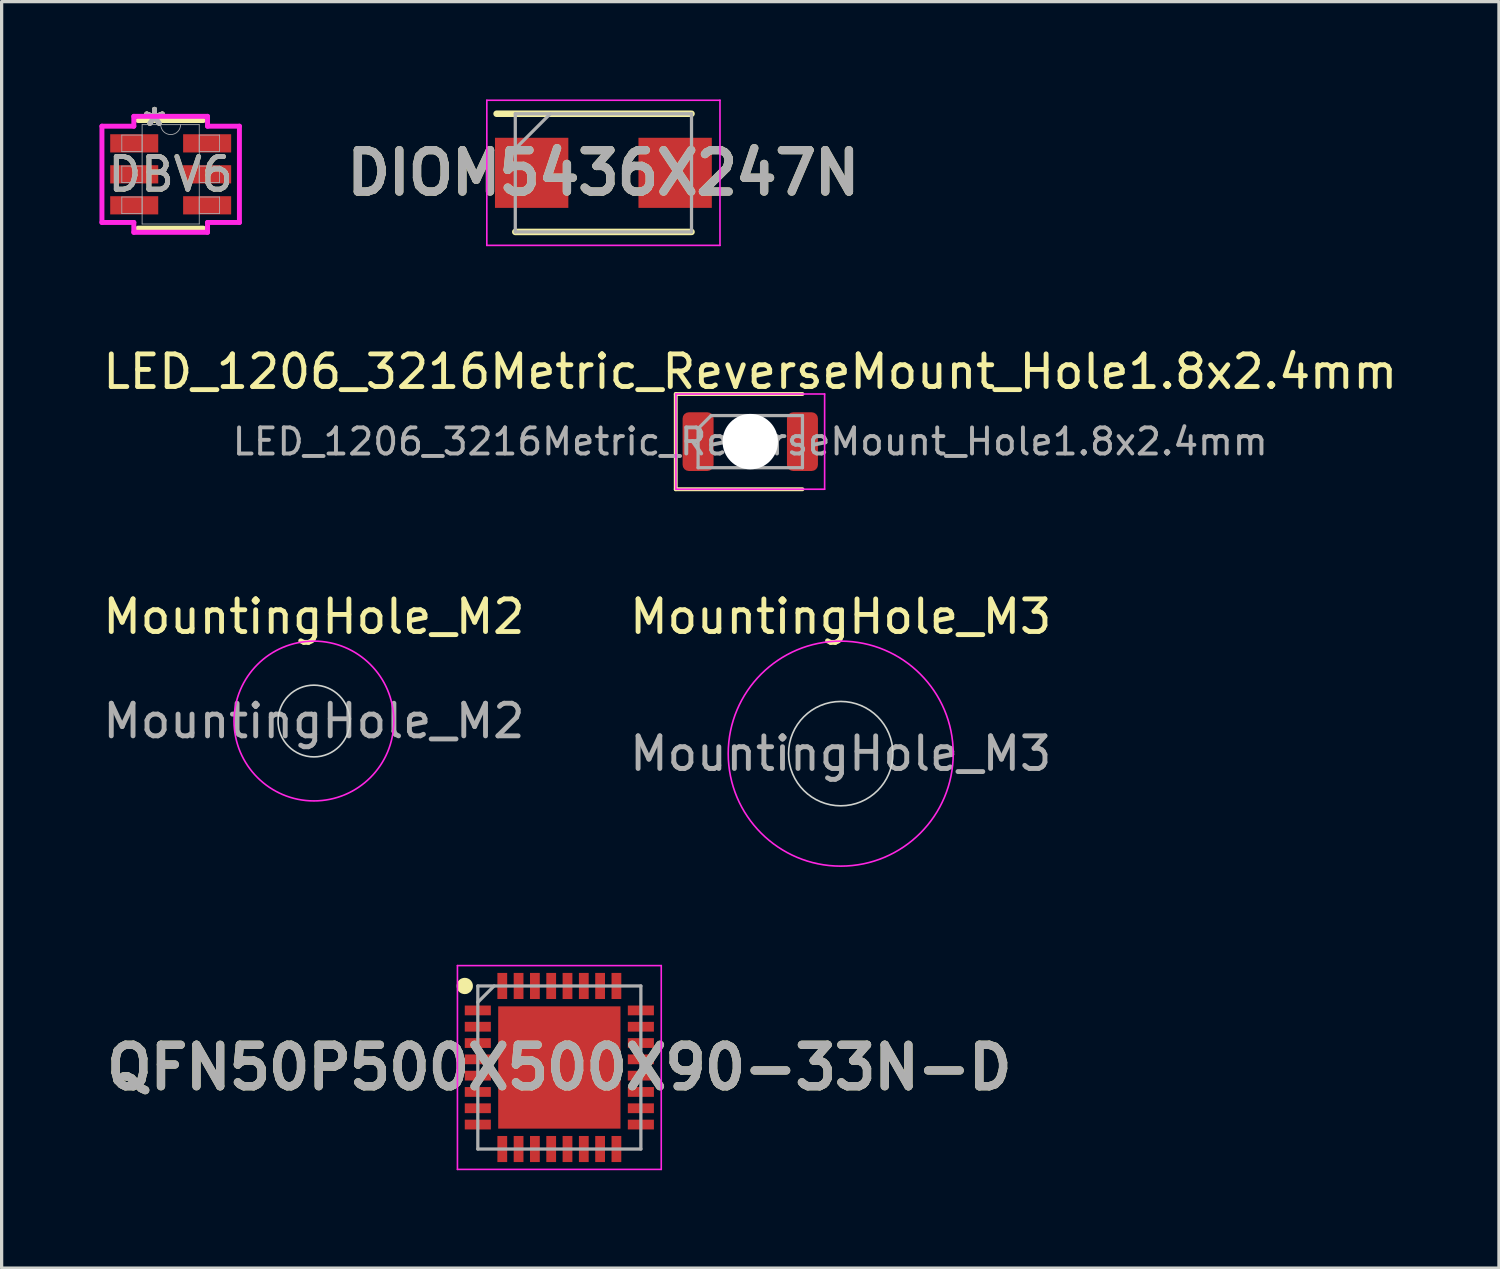
<source format=kicad_pcb>
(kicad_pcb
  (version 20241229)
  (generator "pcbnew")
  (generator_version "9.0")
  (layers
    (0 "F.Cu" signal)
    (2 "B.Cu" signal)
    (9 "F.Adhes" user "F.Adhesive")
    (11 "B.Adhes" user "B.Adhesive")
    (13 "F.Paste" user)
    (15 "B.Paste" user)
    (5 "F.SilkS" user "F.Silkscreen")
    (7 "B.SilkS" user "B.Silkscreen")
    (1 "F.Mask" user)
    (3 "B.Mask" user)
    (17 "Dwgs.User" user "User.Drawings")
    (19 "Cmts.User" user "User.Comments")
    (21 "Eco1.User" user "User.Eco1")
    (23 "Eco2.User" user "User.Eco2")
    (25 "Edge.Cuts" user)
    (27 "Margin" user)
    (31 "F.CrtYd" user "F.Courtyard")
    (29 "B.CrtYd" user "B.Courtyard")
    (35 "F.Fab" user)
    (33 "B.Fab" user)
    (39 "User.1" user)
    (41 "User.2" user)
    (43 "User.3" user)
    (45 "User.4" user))
  (footprint "MountingHole_M3"
    (layer "F.Cu")
    (at 22.732 20.061)
    (property "Reference" "MountingHole_M3" (at 0 -4.2 0) (layer "F.SilkS") (effects (font (size 1 1) (thickness 0.15))))
    (attr exclude_from_pos_files exclude_from_bom)
    (fp_circle (center 0 0) (end 1.6 0) (stroke (width 0.05) (type default)) (fill no) (layer "Edge.Cuts"))
    (fp_circle (center 0 0) (end 3.45 0) (stroke (width 0.05) (type solid)) (fill no) (layer "F.CrtYd"))
    (fp_text user "${REFERENCE}" (at 0 0 0) (layer "F.Fab") (effects (font (size 1 1) (thickness 0.15)))))
  (footprint "LED_1206_3216Metric_ReverseMount_Hole1.8x2.4mm"
    (layer "F.Cu")
    (at 19.958 10.493)
    (property "Reference" "LED_1206_3216Metric_ReverseMount_Hole1.8x2.4mm" (at 0 -2.145 0) (layer "F.SilkS") (effects (font (size 1 1) (thickness 0.15))))
    (attr smd)
    (fp_line (start -2.285 -1.46) (end -2.285 1.46) (stroke (width 0.12) (type solid)) (layer "F.SilkS"))
    (fp_line (start -2.285 1.46) (end 1.6 1.46) (stroke (width 0.12) (type solid)) (layer "F.SilkS"))
    (fp_line (start 1.6 -1.46) (end -2.285 -1.46) (stroke (width 0.12) (type solid)) (layer "F.SilkS"))
    (fp_line (start -2.28 -1.46) (end 2.28 -1.46) (stroke (width 0.05) (type solid)) (layer "F.CrtYd"))
    (fp_line (start -2.28 1.46) (end -2.28 -1.46) (stroke (width 0.05) (type solid)) (layer "F.CrtYd"))
    (fp_line (start 2.28 -1.46) (end 2.28 1.46) (stroke (width 0.05) (type solid)) (layer "F.CrtYd"))
    (fp_line (start 2.28 1.46) (end -2.28 1.46) (stroke (width 0.05) (type solid)) (layer "F.CrtYd"))
    (fp_line (start -1.6 -0.4) (end -1.6 0.8) (stroke (width 0.1) (type solid)) (layer "F.Fab"))
    (fp_line (start -1.6 0.8) (end 1.6 0.8) (stroke (width 0.1) (type solid)) (layer "F.Fab"))
    (fp_line (start -1.2 -0.8) (end -1.6 -0.4) (stroke (width 0.1) (type solid)) (layer "F.Fab"))
    (fp_line (start 1.6 -0.8) (end -1.2 -0.8) (stroke (width 0.1) (type solid)) (layer "F.Fab"))
    (fp_line (start 1.6 0.8) (end 1.6 -0.8) (stroke (width 0.1) (type solid)) (layer "F.Fab"))
    (fp_text user "${REFERENCE}" (at 0 0 0) (layer "F.Fab") (effects (font (size 0.8 0.8) (thickness 0.12))))
    (pad "" np_thru_hole oval (at 0 0) (size 1.7 1.7) (drill oval 1.7) (layers "*.Cu" "*.Mask"))
    (pad "1" smd roundrect (at -1.6 0) (size 0.95 1.8) (layers "F.Cu" "F.Mask" "F.Paste") (roundrect_rratio 0.2))
    (pad "2" smd roundrect (at 1.6 0) (size 0.95 1.8) (layers "F.Cu" "F.Mask" "F.Paste") (roundrect_rratio 0.2)))
  (footprint "QFN50P500X500X90-33N-D"
    (layer "F.Cu")
    (at 14.103 29.686)
    (property "Reference" "QFN50P500X500X90-33N-D" (at 0 0 0) (layer "F.SilkS") (effects (font (size 1.27 1.27) (thickness 0.254))))
    (attr smd)
    (fp_circle (center -2.9 -2.5) (end -2.9 -2.375) (stroke (width 0.25) (type solid)) (fill no) (layer "F.SilkS"))
    (fp_line (start -3.125 -3.125) (end 3.125 -3.125) (stroke (width 0.05) (type solid)) (layer "F.CrtYd"))
    (fp_line (start -3.125 3.125) (end -3.125 -3.125) (stroke (width 0.05) (type solid)) (layer "F.CrtYd"))
    (fp_line (start 3.125 -3.125) (end 3.125 3.125) (stroke (width 0.05) (type solid)) (layer "F.CrtYd"))
    (fp_line (start 3.125 3.125) (end -3.125 3.125) (stroke (width 0.05) (type solid)) (layer "F.CrtYd"))
    (fp_line (start -2.5 -2.5) (end 2.5 -2.5) (stroke (width 0.1) (type solid)) (layer "F.Fab"))
    (fp_line (start -2.5 -2) (end -2 -2.5) (stroke (width 0.1) (type solid)) (layer "F.Fab"))
    (fp_line (start -2.5 2.5) (end -2.5 -2.5) (stroke (width 0.1) (type solid)) (layer "F.Fab"))
    (fp_line (start 2.5 -2.5) (end 2.5 2.5) (stroke (width 0.1) (type solid)) (layer "F.Fab"))
    (fp_line (start 2.5 2.5) (end -2.5 2.5) (stroke (width 0.1) (type solid)) (layer "F.Fab"))
    (fp_text user "${REFERENCE}" (at 0 0 0) (layer "F.Fab") (effects (font (size 1.27 1.27) (thickness 0.254))))
    (pad "1" smd rect (at -2.5 -1.75 90) (size 0.3 0.8) (layers "F.Cu" "F.Mask" "F.Paste"))
    (pad "2" smd rect (at -2.5 -1.25 90) (size 0.3 0.8) (layers "F.Cu" "F.Mask" "F.Paste"))
    (pad "3" smd rect (at -2.5 -0.75 90) (size 0.3 0.8) (layers "F.Cu" "F.Mask" "F.Paste"))
    (pad "4" smd rect (at -2.5 -0.25 90) (size 0.3 0.8) (layers "F.Cu" "F.Mask" "F.Paste"))
    (pad "5" smd rect (at -2.5 0.25 90) (size 0.3 0.8) (layers "F.Cu" "F.Mask" "F.Paste"))
    (pad "6" smd rect (at -2.5 0.75 90) (size 0.3 0.8) (layers "F.Cu" "F.Mask" "F.Paste"))
    (pad "7" smd rect (at -2.5 1.25 90) (size 0.3 0.8) (layers "F.Cu" "F.Mask" "F.Paste"))
    (pad "8" smd rect (at -2.5 1.75 90) (size 0.3 0.8) (layers "F.Cu" "F.Mask" "F.Paste"))
    (pad "9" smd rect (at -1.75 2.5) (size 0.3 0.8) (layers "F.Cu" "F.Mask" "F.Paste"))
    (pad "10" smd rect (at -1.25 2.5) (size 0.3 0.8) (layers "F.Cu" "F.Mask" "F.Paste"))
    (pad "11" smd rect (at -0.75 2.5) (size 0.3 0.8) (layers "F.Cu" "F.Mask" "F.Paste"))
    (pad "12" smd rect (at -0.25 2.5) (size 0.3 0.8) (layers "F.Cu" "F.Mask" "F.Paste"))
    (pad "13" smd rect (at 0.25 2.5) (size 0.3 0.8) (layers "F.Cu" "F.Mask" "F.Paste"))
    (pad "14" smd rect (at 0.75 2.5) (size 0.3 0.8) (layers "F.Cu" "F.Mask" "F.Paste"))
    (pad "15" smd rect (at 1.25 2.5) (size 0.3 0.8) (layers "F.Cu" "F.Mask" "F.Paste"))
    (pad "16" smd rect (at 1.75 2.5) (size 0.3 0.8) (layers "F.Cu" "F.Mask" "F.Paste"))
    (pad "17" smd rect (at 2.5 1.75 90) (size 0.3 0.8) (layers "F.Cu" "F.Mask" "F.Paste"))
    (pad "18" smd rect (at 2.5 1.25 90) (size 0.3 0.8) (layers "F.Cu" "F.Mask" "F.Paste"))
    (pad "19" smd rect (at 2.5 0.75 90) (size 0.3 0.8) (layers "F.Cu" "F.Mask" "F.Paste"))
    (pad "20" smd rect (at 2.5 0.25 90) (size 0.3 0.8) (layers "F.Cu" "F.Mask" "F.Paste"))
    (pad "21" smd rect (at 2.5 -0.25 90) (size 0.3 0.8) (layers "F.Cu" "F.Mask" "F.Paste"))
    (pad "22" smd rect (at 2.5 -0.75 90) (size 0.3 0.8) (layers "F.Cu" "F.Mask" "F.Paste"))
    (pad "23" smd rect (at 2.5 -1.25 90) (size 0.3 0.8) (layers "F.Cu" "F.Mask" "F.Paste"))
    (pad "24" smd rect (at 2.5 -1.75 90) (size 0.3 0.8) (layers "F.Cu" "F.Mask" "F.Paste"))
    (pad "25" smd rect (at 1.75 -2.5) (size 0.3 0.8) (layers "F.Cu" "F.Mask" "F.Paste"))
    (pad "26" smd rect (at 1.25 -2.5) (size 0.3 0.8) (layers "F.Cu" "F.Mask" "F.Paste"))
    (pad "27" smd rect (at 0.75 -2.5) (size 0.3 0.8) (layers "F.Cu" "F.Mask" "F.Paste"))
    (pad "28" smd rect (at 0.25 -2.5) (size 0.3 0.8) (layers "F.Cu" "F.Mask" "F.Paste"))
    (pad "29" smd rect (at -0.25 -2.5) (size 0.3 0.8) (layers "F.Cu" "F.Mask" "F.Paste"))
    (pad "30" smd rect (at -0.75 -2.5) (size 0.3 0.8) (layers "F.Cu" "F.Mask" "F.Paste"))
    (pad "31" smd rect (at -1.25 -2.5) (size 0.3 0.8) (layers "F.Cu" "F.Mask" "F.Paste"))
    (pad "32" smd rect (at -1.75 -2.5) (size 0.3 0.8) (layers "F.Cu" "F.Mask" "F.Paste"))
    (pad "33" smd rect (at 0 0) (size 3.75 3.75) (layers "F.Cu" "F.Mask" "F.Paste")))
  (footprint "MountingHole_M2"
    (layer "F.Cu")
    (at 6.577 19.061)
    (property "Reference" "MountingHole_M2" (at 0 -3.2 0) (layer "F.SilkS") (effects (font (size 1 1) (thickness 0.15))))
    (attr exclude_from_pos_files exclude_from_bom)
    (fp_circle (center 0 0) (end 1.1 0) (stroke (width 0.05) (type default)) (fill no) (layer "Edge.Cuts"))
    (fp_circle (center 0 0) (end 2.45 0) (stroke (width 0.05) (type solid)) (fill no) (layer "F.CrtYd"))
    (fp_text user "${REFERENCE}" (at 0 0 0) (layer "F.Fab") (effects (font (size 1 1) (thickness 0.15)))))
  (footprint "DIOM5436X247N"
    (layer "F.Cu")
    (at 15.454 2.25)
    (property "Reference" "DIOM5436X247N" (at 0 0 0) (layer "F.SilkS") (effects (font (size 1.27 1.27) (thickness 0.254))))
    (attr smd)
    (fp_line (start -2.702 1.812) (end 2.702 1.812) (stroke (width 0.2) (type solid)) (layer "F.SilkS"))
    (fp_line (start 2.702 -1.812) (end -3.275 -1.812) (stroke (width 0.2) (type solid)) (layer "F.SilkS"))
    (fp_line (start -3.575 -2.225) (end 3.575 -2.225) (stroke (width 0.05) (type solid)) (layer "F.CrtYd"))
    (fp_line (start -3.575 2.225) (end -3.575 -2.225) (stroke (width 0.05) (type solid)) (layer "F.CrtYd"))
    (fp_line (start 3.575 -2.225) (end 3.575 2.225) (stroke (width 0.05) (type solid)) (layer "F.CrtYd"))
    (fp_line (start 3.575 2.225) (end -3.575 2.225) (stroke (width 0.05) (type solid)) (layer "F.CrtYd"))
    (fp_line (start -2.702 -1.812) (end 2.702 -1.812) (stroke (width 0.1) (type solid)) (layer "F.Fab"))
    (fp_line (start -2.702 -0.738) (end -1.628 -1.812) (stroke (width 0.1) (type solid)) (layer "F.Fab"))
    (fp_line (start -2.702 1.812) (end -2.702 -1.812) (stroke (width 0.1) (type solid)) (layer "F.Fab"))
    (fp_line (start 2.702 -1.812) (end 2.702 1.812) (stroke (width 0.1) (type solid)) (layer "F.Fab"))
    (fp_line (start 2.702 1.812) (end -2.702 1.812) (stroke (width 0.1) (type solid)) (layer "F.Fab"))
    (fp_text user "${REFERENCE}" (at 0 0 0) (layer "F.Fab") (effects (font (size 1.27 1.27) (thickness 0.254))))
    (pad "1" smd rect (at -2.2 0 90) (size 2.15 2.25) (layers "F.Cu" "F.Mask" "F.Paste"))
    (pad "2" smd rect (at 2.2 0 90) (size 2.15 2.25) (layers "F.Cu" "F.Mask" "F.Paste")))
  (footprint "DBV6"
    (layer "F.Cu")
    (at 2.184 2.296)
    (property "Reference" "DBV6" (at 0 0 0) (unlocked yes) (layer "F.SilkS") (effects (font (size 1 1) (thickness 0.15))))
    (attr smd)
    (fp_line (start -1.003 1.651) (end 1.003 1.651) (stroke (width 0.152) (type solid)) (layer "F.SilkS"))
    (fp_line (start 1.003 -1.651) (end -1.003 -1.651) (stroke (width 0.152) (type solid)) (layer "F.SilkS"))
    (fp_line (start -2.108 -1.476) (end -1.13 -1.476) (stroke (width 0.152) (type solid)) (layer "F.CrtYd"))
    (fp_line (start -2.108 1.476) (end -2.108 -1.476) (stroke (width 0.152) (type solid)) (layer "F.CrtYd"))
    (fp_line (start -2.108 1.476) (end -1.13 1.476) (stroke (width 0.152) (type solid)) (layer "F.CrtYd"))
    (fp_line (start -1.13 -1.778) (end 1.13 -1.778) (stroke (width 0.152) (type solid)) (layer "F.CrtYd"))
    (fp_line (start -1.13 -1.476) (end -1.13 -1.778) (stroke (width 0.152) (type solid)) (layer "F.CrtYd"))
    (fp_line (start -1.13 1.778) (end -1.13 1.476) (stroke (width 0.152) (type solid)) (layer "F.CrtYd"))
    (fp_line (start 1.13 -1.778) (end 1.13 -1.476) (stroke (width 0.152) (type solid)) (layer "F.CrtYd"))
    (fp_line (start 1.13 1.476) (end 1.13 1.778) (stroke (width 0.152) (type solid)) (layer "F.CrtYd"))
    (fp_line (start 1.13 1.778) (end -1.13 1.778) (stroke (width 0.152) (type solid)) (layer "F.CrtYd"))
    (fp_line (start 2.108 -1.476) (end 1.13 -1.476) (stroke (width 0.152) (type solid)) (layer "F.CrtYd"))
    (fp_line (start 2.108 -1.476) (end 2.108 1.476) (stroke (width 0.152) (type solid)) (layer "F.CrtYd"))
    (fp_line (start 2.108 1.476) (end 1.13 1.476) (stroke (width 0.152) (type solid)) (layer "F.CrtYd"))
    (fp_line (start -1.499 -1.204) (end -1.499 -0.696) (stroke (width 0.025) (type solid)) (layer "F.Fab"))
    (fp_line (start -1.499 -0.696) (end -0.876 -0.696) (stroke (width 0.025) (type solid)) (layer "F.Fab"))
    (fp_line (start -1.499 -0.254) (end -1.499 0.254) (stroke (width 0.025) (type solid)) (layer "F.Fab"))
    (fp_line (start -1.499 0.254) (end -0.876 0.254) (stroke (width 0.025) (type solid)) (layer "F.Fab"))
    (fp_line (start -1.499 0.696) (end -1.499 1.204) (stroke (width 0.025) (type solid)) (layer "F.Fab"))
    (fp_line (start -1.499 1.204) (end -0.876 1.204) (stroke (width 0.025) (type solid)) (layer "F.Fab"))
    (fp_line (start -0.876 -1.524) (end -0.876 1.524) (stroke (width 0.025) (type solid)) (layer "F.Fab"))
    (fp_line (start -0.876 -1.204) (end -1.499 -1.204) (stroke (width 0.025) (type solid)) (layer "F.Fab"))
    (fp_line (start -0.876 -0.696) (end -0.876 -1.204) (stroke (width 0.025) (type solid)) (layer "F.Fab"))
    (fp_line (start -0.876 -0.254) (end -1.499 -0.254) (stroke (width 0.025) (type solid)) (layer "F.Fab"))
    (fp_line (start -0.876 0.254) (end -0.876 -0.254) (stroke (width 0.025) (type solid)) (layer "F.Fab"))
    (fp_line (start -0.876 0.696) (end -1.499 0.696) (stroke (width 0.025) (type solid)) (layer "F.Fab"))
    (fp_line (start -0.876 1.204) (end -0.876 0.696) (stroke (width 0.025) (type solid)) (layer "F.Fab"))
    (fp_line (start -0.876 1.524) (end 0.876 1.524) (stroke (width 0.025) (type solid)) (layer "F.Fab"))
    (fp_line (start 0.876 -1.524) (end -0.876 -1.524) (stroke (width 0.025) (type solid)) (layer "F.Fab"))
    (fp_line (start 0.876 -1.204) (end 0.876 -0.696) (stroke (width 0.025) (type solid)) (layer "F.Fab"))
    (fp_line (start 0.876 -0.696) (end 1.499 -0.696) (stroke (width 0.025) (type solid)) (layer "F.Fab"))
    (fp_line (start 0.876 -0.254) (end 0.876 0.254) (stroke (width 0.025) (type solid)) (layer "F.Fab"))
    (fp_line (start 0.876 0.254) (end 1.499 0.254) (stroke (width 0.025) (type solid)) (layer "F.Fab"))
    (fp_line (start 0.876 0.696) (end 0.876 1.204) (stroke (width 0.025) (type solid)) (layer "F.Fab"))
    (fp_line (start 0.876 1.204) (end 1.499 1.204) (stroke (width 0.025) (type solid)) (layer "F.Fab"))
    (fp_line (start 0.876 1.524) (end 0.876 -1.524) (stroke (width 0.025) (type solid)) (layer "F.Fab"))
    (fp_line (start 1.499 -1.204) (end 0.876 -1.204) (stroke (width 0.025) (type solid)) (layer "F.Fab"))
    (fp_line (start 1.499 -0.696) (end 1.499 -1.204) (stroke (width 0.025) (type solid)) (layer "F.Fab"))
    (fp_line (start 1.499 -0.254) (end 0.876 -0.254) (stroke (width 0.025) (type solid)) (layer "F.Fab"))
    (fp_line (start 1.499 0.254) (end 1.499 -0.254) (stroke (width 0.025) (type solid)) (layer "F.Fab"))
    (fp_line (start 1.499 0.696) (end 0.876 0.696) (stroke (width 0.025) (type solid)) (layer "F.Fab"))
    (fp_line (start 1.499 1.204) (end 1.499 0.696) (stroke (width 0.025) (type solid)) (layer "F.Fab"))
    (fp_arc (start 0.3048 -1.524) (mid 0 -1.2192) (end -0.3048 -1.524) (stroke (width 0.0254) (type solid)) (layer "F.Fab"))
    (fp_text user "*" (at -0.495 -1.448 0) (unlocked yes) (layer "F.SilkS") (effects (font (size 1 1) (thickness 0.15))))
    (fp_text user "*" (at -0.495 -1.448 0) (layer "F.SilkS") (effects (font (size 1 1) (thickness 0.15))))
    (fp_text user "*" (at -0.495 -1.448 0) (unlocked yes) (layer "F.Fab") (effects (font (size 1 1) (thickness 0.15))))
    (fp_text user "*" (at -0.495 -1.448 0) (layer "F.Fab") (effects (font (size 1 1) (thickness 0.15))))
    (fp_text user "${REFERENCE}" (at 0 0 0) (unlocked yes) (layer "F.Fab") (effects (font (size 1 1) (thickness 0.15))))
    (pad "1" smd rect (at -1.118 -0.95) (size 1.473 0.559) (layers "F.Cu" "F.Mask" "F.Paste"))
    (pad "2" smd rect (at -1.118 0) (size 1.473 0.559) (layers "F.Cu" "F.Mask" "F.Paste"))
    (pad "3" smd rect (at -1.118 0.95) (size 1.473 0.559) (layers "F.Cu" "F.Mask" "F.Paste"))
    (pad "4" smd rect (at 1.118 0.95) (size 1.473 0.559) (layers "F.Cu" "F.Mask" "F.Paste"))
    (pad "5" smd rect (at 1.118 0) (size 1.473 0.559) (layers "F.Cu" "F.Mask" "F.Paste"))
    (pad "6" smd rect (at 1.118 -0.95) (size 1.473 0.559) (layers "F.Cu" "F.Mask" "F.Paste")))
  (gr_rect
    (start -3 -3)
    (end 42.917 35.837)
    (stroke (width 0.1) (type default))
    (fill no)
    (layer "Edge.Cuts")))
</source>
